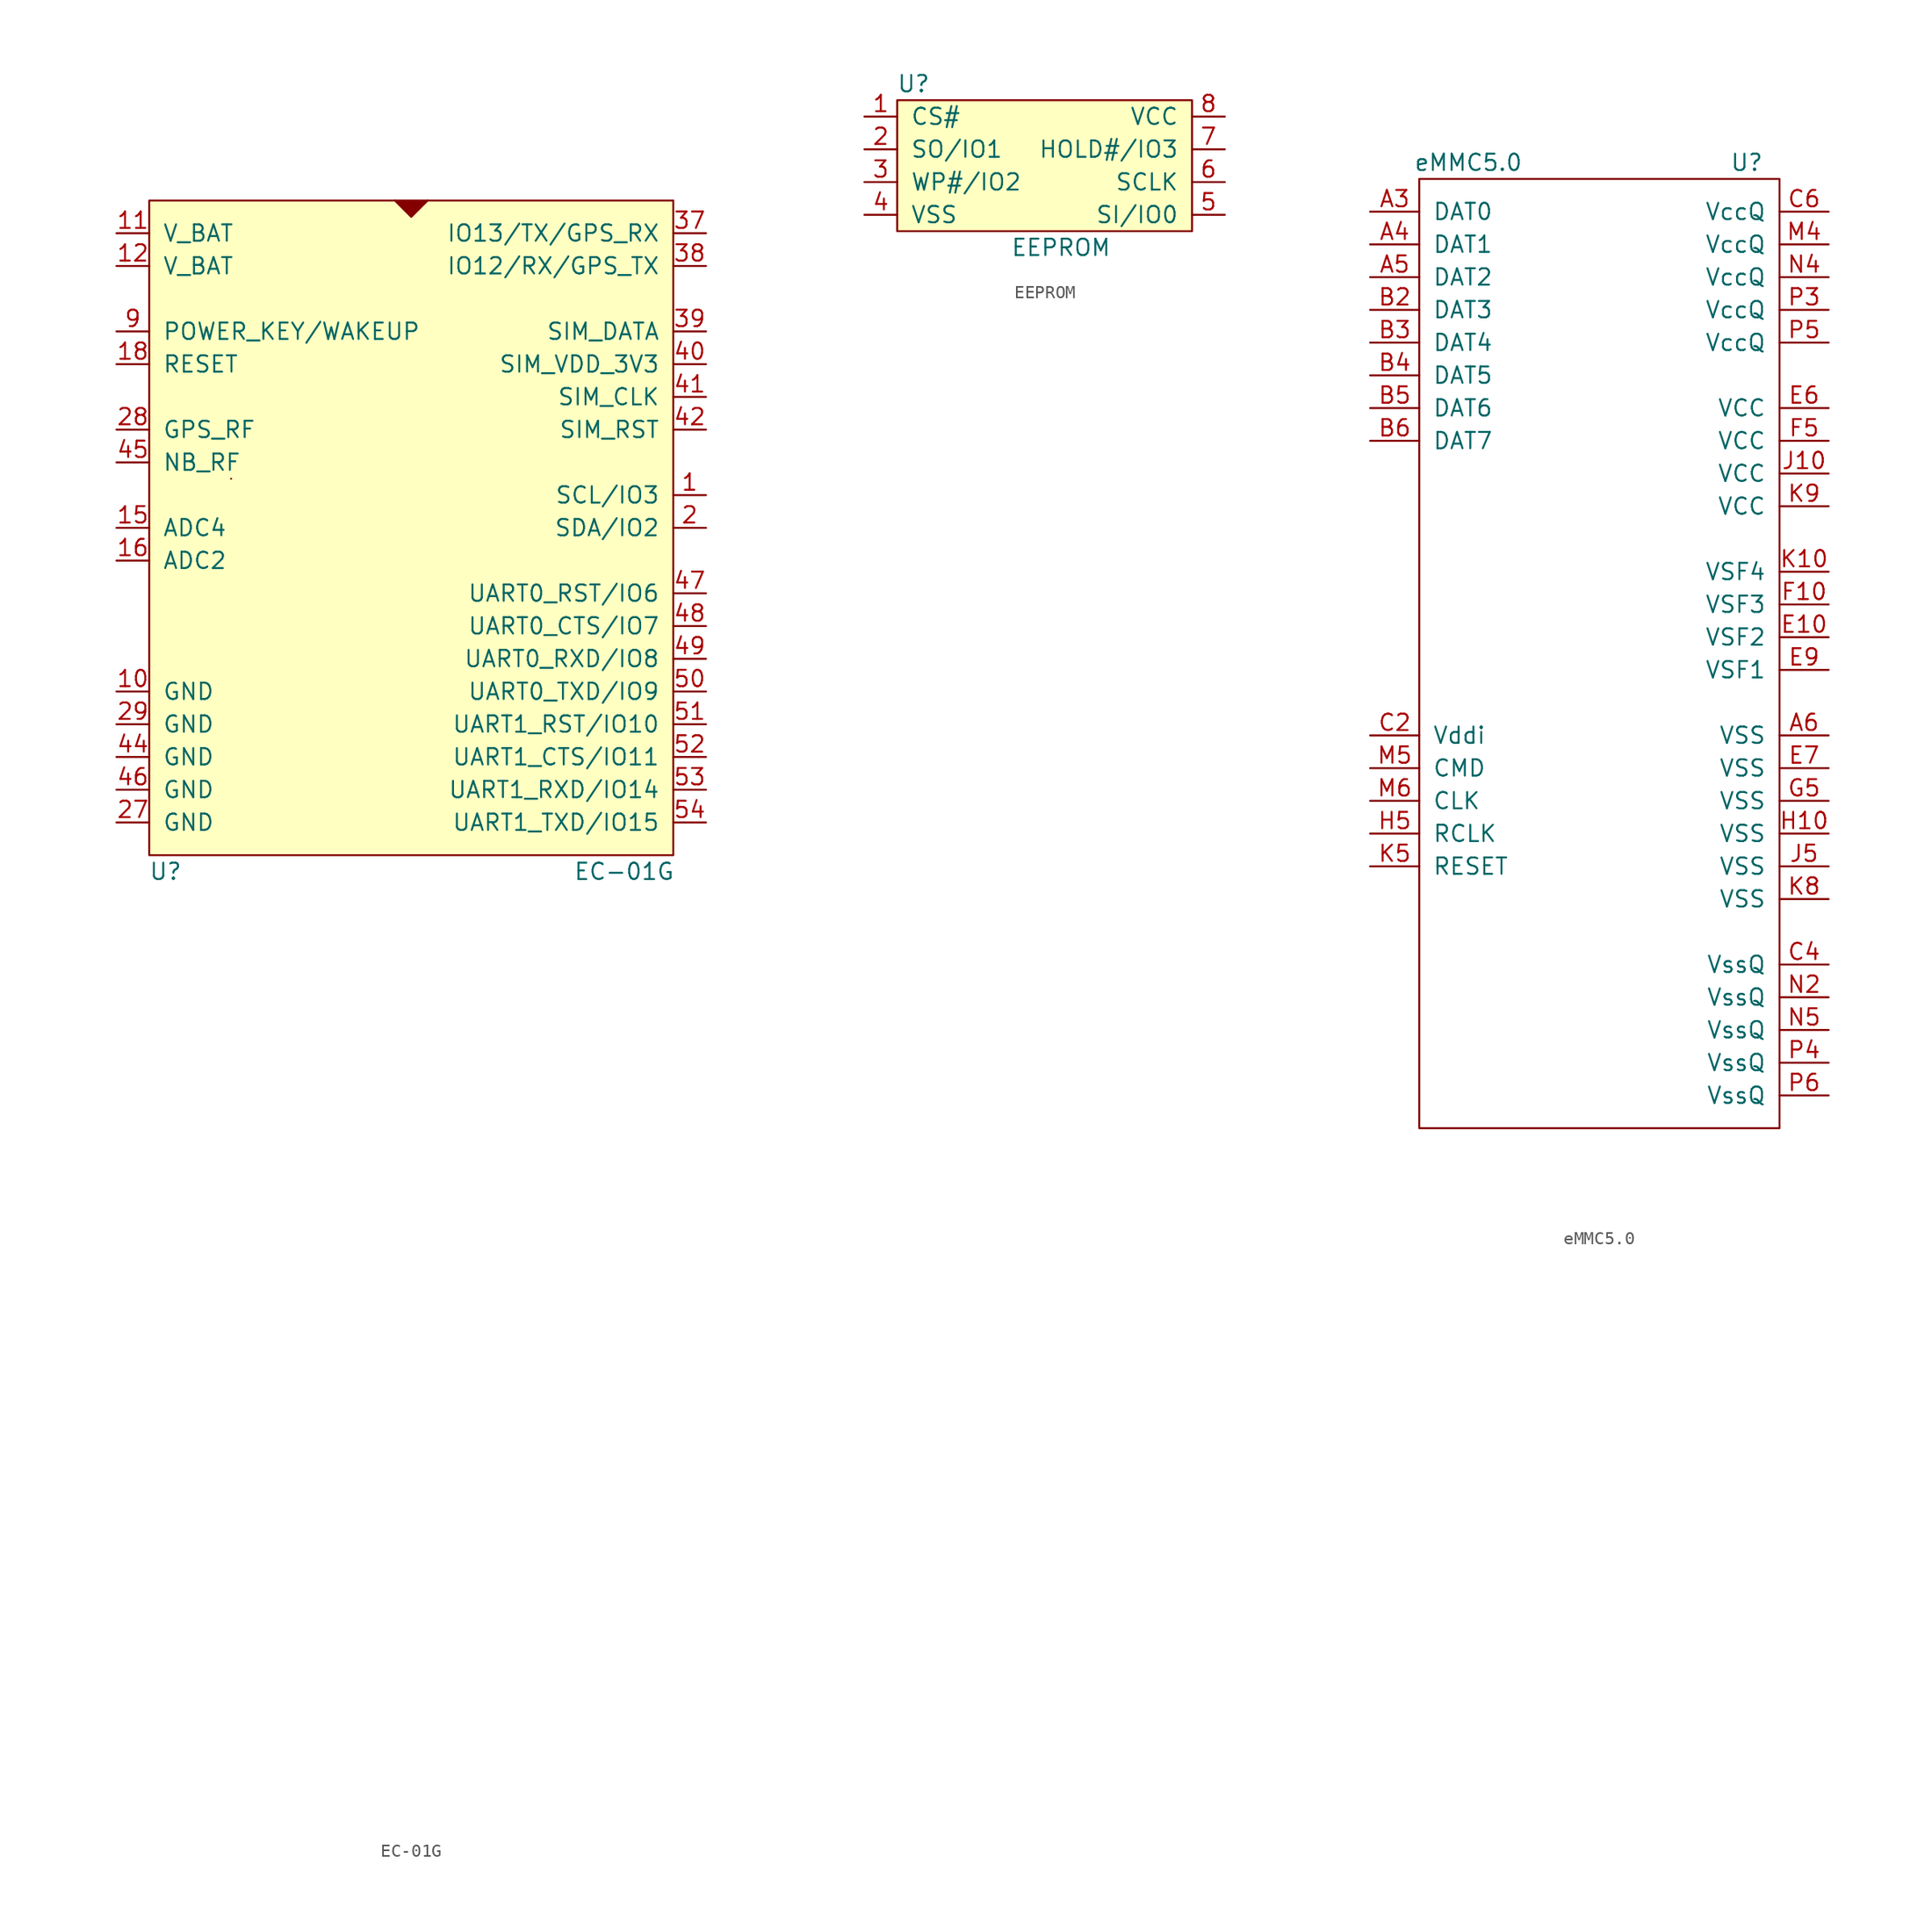
<source format=kicad_sym>
(kicad_symbol_lib
  (version 20211014)
  (generator kicad_symbol_editor)
  (symbol "EC-01G"
    (pin_names
      (offset 1.016))
    (property "Reference" "U"
      (at -19.05 -26.67 0)
      (effects (font (size 1.27 1.27))))
    (property "Value" "EC-01G"
      (at 16.51 -26.67 0)
      (effects (font (size 1.27 1.27))))
    (symbol "EC-01G_1_1"
      (rectangle (start -13.97 3.81) (end -13.97 3.81) (stroke (width 0) (type default) (color 0 0 0 0)) (fill (type none)))
      (polyline (pts (xy -1.27 25.4) (xy 0 24.13) (xy 1.27 25.4)) (stroke (width 0) (type default) (color 0 0 0 0)) (fill (type outline)))
      (rectangle (start 20.32 25.4) (end -20.32 -25.4) (stroke (width 0) (type default) (color 0 0 0 0)) (fill (type background)))
      (pin bidirectional line (at 22.86 2.54 180) (length 2.54) (name "SCL/IO3" (effects (font (size 1.27 1.27)))) (number "1" (effects (font (size 1.27 1.27)))))
      (pin power_in line (at -22.86 -12.7 0) (length 2.54) (name "GND" (effects (font (size 1.27 1.27)))) (number "10" (effects (font (size 1.27 1.27)))))
      (pin power_in line (at -22.86 22.86 0) (length 2.54) (name "V_BAT" (effects (font (size 1.27 1.27)))) (number "11" (effects (font (size 1.27 1.27)))))
      (pin power_in line (at -22.86 20.32 0) (length 2.54) (name "V_BAT" (effects (font (size 1.27 1.27)))) (number "12" (effects (font (size 1.27 1.27)))))
      (pin no_connect line (at -20.32 -46.99 0) (length 2.54) hide (name "NC" (effects (font (size 1.27 1.27)))) (number "13" (effects (font (size 1.27 1.27)))))
      (pin no_connect line (at -20.32 -44.45 0) (length 2.54) hide (name "NC" (effects (font (size 1.27 1.27)))) (number "14" (effects (font (size 1.27 1.27)))))
      (pin input line (at -22.86 0 0) (length 2.54) (name "ADC4" (effects (font (size 1.27 1.27)))) (number "15" (effects (font (size 1.27 1.27)))))
      (pin input line (at -22.86 -2.54 0) (length 2.54) (name "ADC2" (effects (font (size 1.27 1.27)))) (number "16" (effects (font (size 1.27 1.27)))))
      (pin no_connect line (at -20.32 -49.53 0) (length 2.54) hide (name "NC" (effects (font (size 1.27 1.27)))) (number "17" (effects (font (size 1.27 1.27)))))
      (pin input line (at -22.86 12.7 0) (length 2.54) (name "RESET" (effects (font (size 1.27 1.27)))) (number "18" (effects (font (size 1.27 1.27)))))
      (pin no_connect line (at -20.32 -52.07 0) (length 2.54) hide (name "NC" (effects (font (size 1.27 1.27)))) (number "19" (effects (font (size 1.27 1.27)))))
      (pin bidirectional line (at 22.86 0 180) (length 2.54) (name "SDA/IO2" (effects (font (size 1.27 1.27)))) (number "2" (effects (font (size 1.27 1.27)))))
      (pin no_connect line (at -20.32 -54.61 0) (length 2.54) hide (name "NC" (effects (font (size 1.27 1.27)))) (number "20" (effects (font (size 1.27 1.27)))))
      (pin no_connect line (at -20.32 -57.15 0) (length 2.54) hide (name "NC" (effects (font (size 1.27 1.27)))) (number "21" (effects (font (size 1.27 1.27)))))
      (pin no_connect line (at -20.32 -59.69 0) (length 2.54) hide (name "NC" (effects (font (size 1.27 1.27)))) (number "22" (effects (font (size 1.27 1.27)))))
      (pin no_connect line (at -20.32 -62.23 0) (length 2.54) hide (name "NC" (effects (font (size 1.27 1.27)))) (number "23" (effects (font (size 1.27 1.27)))))
      (pin no_connect line (at -20.32 -64.77 0) (length 2.54) hide (name "NC" (effects (font (size 1.27 1.27)))) (number "24" (effects (font (size 1.27 1.27)))))
      (pin no_connect line (at -20.32 -67.31 0) (length 2.54) hide (name "NC" (effects (font (size 1.27 1.27)))) (number "25" (effects (font (size 1.27 1.27)))))
      (pin no_connect line (at -20.32 -69.85 0) (length 2.54) hide (name "NC" (effects (font (size 1.27 1.27)))) (number "26" (effects (font (size 1.27 1.27)))))
      (pin power_in line (at -22.86 -22.86 0) (length 2.54) (name "GND" (effects (font (size 1.27 1.27)))) (number "27" (effects (font (size 1.27 1.27)))))
      (pin output line (at -22.86 7.62 0) (length 2.54) (name "GPS_RF" (effects (font (size 1.27 1.27)))) (number "28" (effects (font (size 1.27 1.27)))))
      (pin power_in line (at -22.86 -15.24 0) (length 2.54) (name "GND" (effects (font (size 1.27 1.27)))) (number "29" (effects (font (size 1.27 1.27)))))
      (pin no_connect line (at -20.32 -29.21 0) (length 2.54) hide (name "NC" (effects (font (size 1.27 1.27)))) (number "3" (effects (font (size 1.27 1.27)))))
      (pin no_connect line (at -20.32 -74.93 0) (length 2.54) hide (name "NC" (effects (font (size 1.27 1.27)))) (number "30" (effects (font (size 1.27 1.27)))))
      (pin no_connect line (at -20.32 -72.39 0) (length 2.54) hide (name "NC" (effects (font (size 1.27 1.27)))) (number "31" (effects (font (size 1.27 1.27)))))
      (pin no_connect line (at -20.32 -77.47 0) (length 2.54) hide (name "NC" (effects (font (size 1.27 1.27)))) (number "32" (effects (font (size 1.27 1.27)))))
      (pin no_connect line (at -20.32 -80.01 0) (length 2.54) hide (name "NC" (effects (font (size 1.27 1.27)))) (number "33" (effects (font (size 1.27 1.27)))))
      (pin no_connect line (at -20.32 -82.55 0) (length 2.54) hide (name "NC" (effects (font (size 1.27 1.27)))) (number "34" (effects (font (size 1.27 1.27)))))
      (pin no_connect line (at -20.32 -85.09 0) (length 2.54) hide (name "NC" (effects (font (size 1.27 1.27)))) (number "35" (effects (font (size 1.27 1.27)))))
      (pin no_connect line (at -20.32 -87.63 0) (length 2.54) hide (name "NC" (effects (font (size 1.27 1.27)))) (number "36" (effects (font (size 1.27 1.27)))))
      (pin bidirectional line (at 22.86 22.86 180) (length 2.54) (name "IO13/TX/GPS_RX" (effects (font (size 1.27 1.27)))) (number "37" (effects (font (size 1.27 1.27)))))
      (pin bidirectional line (at 22.86 20.32 180) (length 2.54) (name "IO12/RX/GPS_TX" (effects (font (size 1.27 1.27)))) (number "38" (effects (font (size 1.27 1.27)))))
      (pin bidirectional line (at 22.86 15.24 180) (length 2.54) (name "SIM_DATA" (effects (font (size 1.27 1.27)))) (number "39" (effects (font (size 1.27 1.27)))))
      (pin no_connect line (at -20.32 -31.75 0) (length 2.54) hide (name "NC" (effects (font (size 1.27 1.27)))) (number "4" (effects (font (size 1.27 1.27)))))
      (pin power_out line (at 22.86 12.7 180) (length 2.54) (name "SIM_VDD_3V3" (effects (font (size 1.27 1.27)))) (number "40" (effects (font (size 1.27 1.27)))))
      (pin output line (at 22.86 10.16 180) (length 2.54) (name "SIM_CLK" (effects (font (size 1.27 1.27)))) (number "41" (effects (font (size 1.27 1.27)))))
      (pin output line (at 22.86 7.62 180) (length 2.54) (name "SIM_RST" (effects (font (size 1.27 1.27)))) (number "42" (effects (font (size 1.27 1.27)))))
      (pin no_connect line (at -20.32 -90.17 0) (length 2.54) hide (name "NC" (effects (font (size 1.27 1.27)))) (number "43" (effects (font (size 1.27 1.27)))))
      (pin power_in line (at -22.86 -17.78 0) (length 2.54) (name "GND" (effects (font (size 1.27 1.27)))) (number "44" (effects (font (size 1.27 1.27)))))
      (pin output line (at -22.86 5.08 0) (length 2.54) (name "NB_RF" (effects (font (size 1.27 1.27)))) (number "45" (effects (font (size 1.27 1.27)))))
      (pin power_in line (at -22.86 -20.32 0) (length 2.54) (name "GND" (effects (font (size 1.27 1.27)))) (number "46" (effects (font (size 1.27 1.27)))))
      (pin bidirectional line (at 22.86 -5.08 180) (length 2.54) (name "UART0_RST/IO6" (effects (font (size 1.27 1.27)))) (number "47" (effects (font (size 1.27 1.27)))))
      (pin bidirectional line (at 22.86 -7.62 180) (length 2.54) (name "UART0_CTS/IO7" (effects (font (size 1.27 1.27)))) (number "48" (effects (font (size 1.27 1.27)))))
      (pin bidirectional line (at 22.86 -10.16 180) (length 2.54) (name "UART0_RXD/IO8" (effects (font (size 1.27 1.27)))) (number "49" (effects (font (size 1.27 1.27)))))
      (pin no_connect line (at -20.32 -34.29 0) (length 2.54) hide (name "NC" (effects (font (size 1.27 1.27)))) (number "5" (effects (font (size 1.27 1.27)))))
      (pin bidirectional line (at 22.86 -12.7 180) (length 2.54) (name "UART0_TXD/IO9" (effects (font (size 1.27 1.27)))) (number "50" (effects (font (size 1.27 1.27)))))
      (pin bidirectional line (at 22.86 -15.24 180) (length 2.54) (name "UART1_RST/IO10" (effects (font (size 1.27 1.27)))) (number "51" (effects (font (size 1.27 1.27)))))
      (pin bidirectional line (at 22.86 -17.78 180) (length 2.54) (name "UART1_CTS/IO11" (effects (font (size 1.27 1.27)))) (number "52" (effects (font (size 1.27 1.27)))))
      (pin bidirectional line (at 22.86 -20.32 180) (length 2.54) (name "UART1_RXD/IO14" (effects (font (size 1.27 1.27)))) (number "53" (effects (font (size 1.27 1.27)))))
      (pin bidirectional line (at 22.86 -22.86 180) (length 2.54) (name "UART1_TXD/IO15" (effects (font (size 1.27 1.27)))) (number "54" (effects (font (size 1.27 1.27)))))
      (pin no_connect line (at -20.32 -36.83 0) (length 2.54) hide (name "NC" (effects (font (size 1.27 1.27)))) (number "6" (effects (font (size 1.27 1.27)))))
      (pin no_connect line (at -20.32 -39.37 0) (length 2.54) hide (name "NC" (effects (font (size 1.27 1.27)))) (number "7" (effects (font (size 1.27 1.27)))))
      (pin no_connect line (at -20.32 -41.91 0) (length 2.54) hide (name "NC" (effects (font (size 1.27 1.27)))) (number "8" (effects (font (size 1.27 1.27)))))
      (pin input line (at -22.86 15.24 0) (length 2.54) (name "POWER_KEY/WAKEUP" (effects (font (size 1.27 1.27)))) (number "9" (effects (font (size 1.27 1.27)))))))
  (symbol "EEPROM"
    (pin_names
      (offset 1.016))
    (property "Reference" "U"
      (at -10.16 6.35 0)
      (effects (font (size 1.27 1.27))))
    (property "Value" "EEPROM"
      (at 1.27 -6.35 0)
      (effects (font (size 1.27 1.27))))
    (symbol "EEPROM_0_1"
      (rectangle (start -11.43 -5.08) (end 11.43 5.08) (stroke (width 0) (type default) (color 0 0 0 0)) (fill (type background))))
    (symbol "EEPROM_1_1"
      (pin input line (at -13.97 3.81 0) (length 2.54) (name "CS#" (effects (font (size 1.27 1.27)))) (number "1" (effects (font (size 1.27 1.27)))))
      (pin input line (at -13.97 1.27 0) (length 2.54) (name "SO/IO1" (effects (font (size 1.27 1.27)))) (number "2" (effects (font (size 1.27 1.27)))))
      (pin input line (at -13.97 -1.27 0) (length 2.54) (name "WP#/IO2" (effects (font (size 1.27 1.27)))) (number "3" (effects (font (size 1.27 1.27)))))
      (pin input line (at -13.97 -3.81 0) (length 2.54) (name "VSS" (effects (font (size 1.27 1.27)))) (number "4" (effects (font (size 1.27 1.27)))))
      (pin input line (at 13.97 -3.81 180) (length 2.54) (name "SI/IO0" (effects (font (size 1.27 1.27)))) (number "5" (effects (font (size 1.27 1.27)))))
      (pin input line (at 13.97 -1.27 180) (length 2.54) (name "SCLK" (effects (font (size 1.27 1.27)))) (number "6" (effects (font (size 1.27 1.27)))))
      (pin input line (at 13.97 1.27 180) (length 2.54) (name "HOLD#/IO3" (effects (font (size 1.27 1.27)))) (number "7" (effects (font (size 1.27 1.27)))))
      (pin input line (at 13.97 3.81 180) (length 2.54) (name "VCC" (effects (font (size 1.27 1.27)))) (number "8" (effects (font (size 1.27 1.27)))))
      (pin input line (at -13.97 -3.81 0) (length 2.54) hide (name "E_PAD" (effects (font (size 1.27 1.27)))) (number "9" (effects (font (size 1.27 1.27)))))))
  (symbol "eMMC5.0"
    (pin_names
      (offset 1.016))
    (property "Reference" "U"
      (at 11.43 38.1 0)
      (effects (font (size 1.27 1.27))))
    (property "Value" "eMMC5.0"
      (at -10.16 38.1 0)
      (effects (font (size 1.27 1.27))))
    (symbol "eMMC5.0_0_1"
      (rectangle (start -13.97 36.83) (end 13.97 -36.83) (stroke (width 0) (type default) (color 0 0 0 0)) (fill (type none))))
    (symbol "eMMC5.0_1_1"
      (pin input line (at -17.78 34.29 0) (length 3.81) (name "DAT0" (effects (font (size 1.27 1.27)))) (number "A3" (effects (font (size 1.27 1.27)))))
      (pin input line (at -17.78 31.75 0) (length 3.81) (name "DAT1" (effects (font (size 1.27 1.27)))) (number "A4" (effects (font (size 1.27 1.27)))))
      (pin input line (at -17.78 29.21 0) (length 3.81) (name "DAT2" (effects (font (size 1.27 1.27)))) (number "A5" (effects (font (size 1.27 1.27)))))
      (pin input line (at 17.78 -6.35 180) (length 3.81) (name "VSS" (effects (font (size 1.27 1.27)))) (number "A6" (effects (font (size 1.27 1.27)))))
      (pin input line (at -17.78 26.67 0) (length 3.81) (name "DAT3" (effects (font (size 1.27 1.27)))) (number "B2" (effects (font (size 1.27 1.27)))))
      (pin input line (at -17.78 24.13 0) (length 3.81) (name "DAT4" (effects (font (size 1.27 1.27)))) (number "B3" (effects (font (size 1.27 1.27)))))
      (pin input line (at -17.78 21.59 0) (length 3.81) (name "DAT5" (effects (font (size 1.27 1.27)))) (number "B4" (effects (font (size 1.27 1.27)))))
      (pin input line (at -17.78 19.05 0) (length 3.81) (name "DAT6" (effects (font (size 1.27 1.27)))) (number "B5" (effects (font (size 1.27 1.27)))))
      (pin input line (at -17.78 16.51 0) (length 3.81) (name "DAT7" (effects (font (size 1.27 1.27)))) (number "B6" (effects (font (size 1.27 1.27)))))
      (pin input line (at -17.78 -6.35 0) (length 3.81) (name "Vddi" (effects (font (size 1.27 1.27)))) (number "C2" (effects (font (size 1.27 1.27)))))
      (pin input line (at 17.78 -24.13 180) (length 3.81) (name "VssQ" (effects (font (size 1.27 1.27)))) (number "C4" (effects (font (size 1.27 1.27)))))
      (pin input line (at 17.78 34.29 180) (length 3.81) (name "VccQ" (effects (font (size 1.27 1.27)))) (number "C6" (effects (font (size 1.27 1.27)))))
      (pin input line (at 17.78 1.27 180) (length 3.81) (name "VSF2" (effects (font (size 1.27 1.27)))) (number "E10" (effects (font (size 1.27 1.27)))))
      (pin input line (at 17.78 19.05 180) (length 3.81) (name "VCC" (effects (font (size 1.27 1.27)))) (number "E6" (effects (font (size 1.27 1.27)))))
      (pin input line (at 17.78 -8.89 180) (length 3.81) (name "VSS" (effects (font (size 1.27 1.27)))) (number "E7" (effects (font (size 1.27 1.27)))))
      (pin input line (at 17.78 -1.27 180) (length 3.81) (name "VSF1" (effects (font (size 1.27 1.27)))) (number "E9" (effects (font (size 1.27 1.27)))))
      (pin input line (at 17.78 3.81 180) (length 3.81) (name "VSF3" (effects (font (size 1.27 1.27)))) (number "F10" (effects (font (size 1.27 1.27)))))
      (pin input line (at 17.78 16.51 180) (length 3.81) (name "VCC" (effects (font (size 1.27 1.27)))) (number "F5" (effects (font (size 1.27 1.27)))))
      (pin input line (at 17.78 -11.43 180) (length 3.81) (name "VSS" (effects (font (size 1.27 1.27)))) (number "G5" (effects (font (size 1.27 1.27)))))
      (pin input line (at 17.78 -13.97 180) (length 3.81) (name "VSS" (effects (font (size 1.27 1.27)))) (number "H10" (effects (font (size 1.27 1.27)))))
      (pin input line (at -17.78 -13.97 0) (length 3.81) (name "RCLK" (effects (font (size 1.27 1.27)))) (number "H5" (effects (font (size 1.27 1.27)))))
      (pin input line (at 17.78 13.97 180) (length 3.81) (name "VCC" (effects (font (size 1.27 1.27)))) (number "J10" (effects (font (size 1.27 1.27)))))
      (pin input line (at 17.78 -16.51 180) (length 3.81) (name "VSS" (effects (font (size 1.27 1.27)))) (number "J5" (effects (font (size 1.27 1.27)))))
      (pin input line (at 17.78 6.35 180) (length 3.81) (name "VSF4" (effects (font (size 1.27 1.27)))) (number "K10" (effects (font (size 1.27 1.27)))))
      (pin input line (at -17.78 -16.51 0) (length 3.81) (name "RESET" (effects (font (size 1.27 1.27)))) (number "K5" (effects (font (size 1.27 1.27)))))
      (pin input line (at 17.78 -19.05 180) (length 3.81) (name "VSS" (effects (font (size 1.27 1.27)))) (number "K8" (effects (font (size 1.27 1.27)))))
      (pin input line (at 17.78 11.43 180) (length 3.81) (name "VCC" (effects (font (size 1.27 1.27)))) (number "K9" (effects (font (size 1.27 1.27)))))
      (pin input line (at 17.78 31.75 180) (length 3.81) (name "VccQ" (effects (font (size 1.27 1.27)))) (number "M4" (effects (font (size 1.27 1.27)))))
      (pin input line (at -17.78 -8.89 0) (length 3.81) (name "CMD" (effects (font (size 1.27 1.27)))) (number "M5" (effects (font (size 1.27 1.27)))))
      (pin input line (at -17.78 -11.43 0) (length 3.81) (name "CLK" (effects (font (size 1.27 1.27)))) (number "M6" (effects (font (size 1.27 1.27)))))
      (pin input line (at 17.78 -26.67 180) (length 3.81) (name "VssQ" (effects (font (size 1.27 1.27)))) (number "N2" (effects (font (size 1.27 1.27)))))
      (pin input line (at 17.78 29.21 180) (length 3.81) (name "VccQ" (effects (font (size 1.27 1.27)))) (number "N4" (effects (font (size 1.27 1.27)))))
      (pin input line (at 17.78 -29.21 180) (length 3.81) (name "VssQ" (effects (font (size 1.27 1.27)))) (number "N5" (effects (font (size 1.27 1.27)))))
      (pin input line (at 17.78 26.67 180) (length 3.81) (name "VccQ" (effects (font (size 1.27 1.27)))) (number "P3" (effects (font (size 1.27 1.27)))))
      (pin input line (at 17.78 -31.75 180) (length 3.81) (name "VssQ" (effects (font (size 1.27 1.27)))) (number "P4" (effects (font (size 1.27 1.27)))))
      (pin input line (at 17.78 24.13 180) (length 3.81) (name "VccQ" (effects (font (size 1.27 1.27)))) (number "P5" (effects (font (size 1.27 1.27)))))
      (pin input line (at 17.78 -34.29 180) (length 3.81) (name "VssQ" (effects (font (size 1.27 1.27)))) (number "P6" (effects (font (size 1.27 1.27))))))))
</source>
